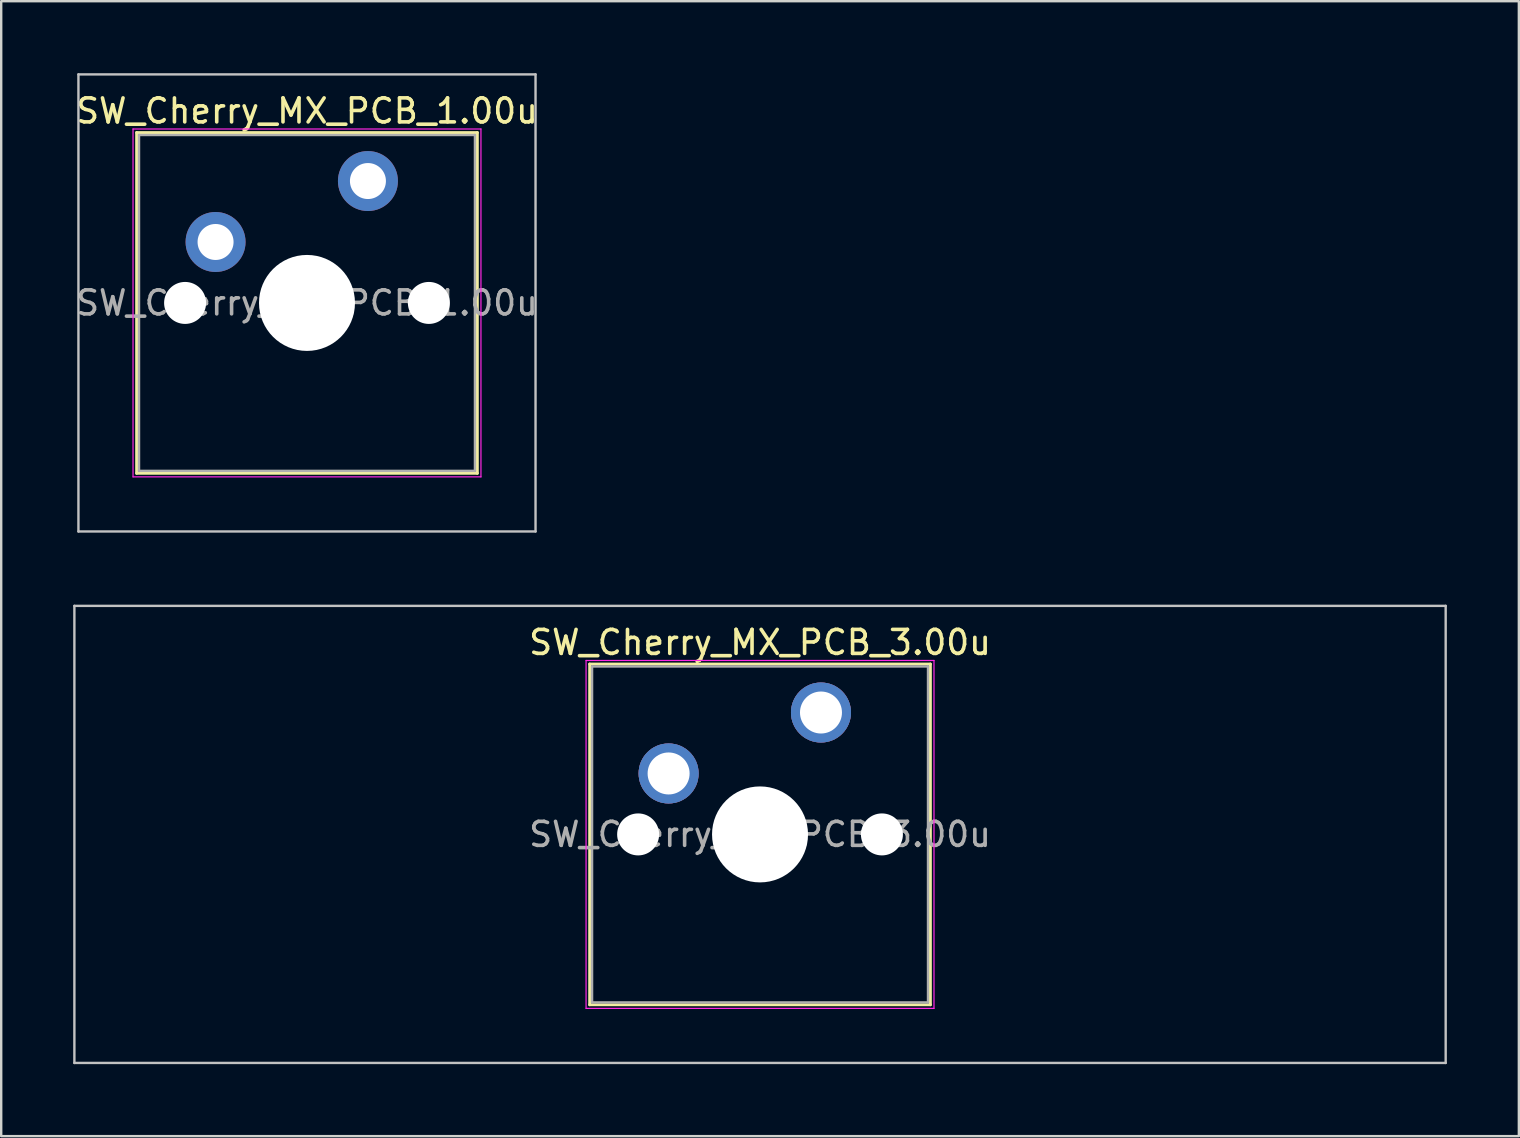
<source format=kicad_pcb>
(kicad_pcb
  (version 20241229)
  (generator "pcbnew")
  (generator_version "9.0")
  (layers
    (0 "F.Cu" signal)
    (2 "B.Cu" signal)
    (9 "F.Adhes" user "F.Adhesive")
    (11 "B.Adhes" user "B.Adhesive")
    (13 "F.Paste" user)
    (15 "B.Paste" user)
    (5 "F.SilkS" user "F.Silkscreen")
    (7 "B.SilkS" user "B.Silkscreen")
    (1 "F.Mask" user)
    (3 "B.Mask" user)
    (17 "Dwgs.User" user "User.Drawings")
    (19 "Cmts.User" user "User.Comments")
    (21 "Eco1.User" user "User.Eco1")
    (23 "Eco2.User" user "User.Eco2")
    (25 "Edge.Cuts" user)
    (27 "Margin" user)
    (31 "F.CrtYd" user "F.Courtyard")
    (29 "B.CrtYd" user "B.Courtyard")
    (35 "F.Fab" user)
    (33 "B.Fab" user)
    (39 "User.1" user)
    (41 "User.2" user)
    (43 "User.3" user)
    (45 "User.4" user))
  (footprint "SW_Cherry_MX_PCB_3.00u"
    (layer "F.Cu")
    (at 28.625 31.725)
    (property "Reference" "SW_Cherry_MX_PCB_3.00u" (at 0 -8 0) (layer "F.SilkS") (effects (font (size 1 1) (thickness 0.15))))
    (attr through_hole)
    (fp_line (start -7.1 -7.1) (end -7.1 7.1) (stroke (width 0.12) (type solid)) (layer "F.SilkS"))
    (fp_line (start -7.1 7.1) (end 7.1 7.1) (stroke (width 0.12) (type solid)) (layer "F.SilkS"))
    (fp_line (start 7.1 -7.1) (end -7.1 -7.1) (stroke (width 0.12) (type solid)) (layer "F.SilkS"))
    (fp_line (start 7.1 7.1) (end 7.1 -7.1) (stroke (width 0.12) (type solid)) (layer "F.SilkS"))
    (fp_line (start -28.575 -9.525) (end -28.575 9.525) (stroke (width 0.1) (type solid)) (layer "Dwgs.User"))
    (fp_line (start -28.575 9.525) (end 28.575 9.525) (stroke (width 0.1) (type solid)) (layer "Dwgs.User"))
    (fp_line (start 28.575 -9.525) (end -28.575 -9.525) (stroke (width 0.1) (type solid)) (layer "Dwgs.User"))
    (fp_line (start 28.575 9.525) (end 28.575 -9.525) (stroke (width 0.1) (type solid)) (layer "Dwgs.User"))
    (fp_line (start -7.25 -7.25) (end -7.25 7.25) (stroke (width 0.05) (type solid)) (layer "F.CrtYd"))
    (fp_line (start -7.25 7.25) (end 7.25 7.25) (stroke (width 0.05) (type solid)) (layer "F.CrtYd"))
    (fp_line (start 7.25 -7.25) (end -7.25 -7.25) (stroke (width 0.05) (type solid)) (layer "F.CrtYd"))
    (fp_line (start 7.25 7.25) (end 7.25 -7.25) (stroke (width 0.05) (type solid)) (layer "F.CrtYd"))
    (fp_line (start -7 -7) (end -7 7) (stroke (width 0.1) (type solid)) (layer "F.Fab"))
    (fp_line (start -7 7) (end 7 7) (stroke (width 0.1) (type solid)) (layer "F.Fab"))
    (fp_line (start 7 -7) (end -7 -7) (stroke (width 0.1) (type solid)) (layer "F.Fab"))
    (fp_line (start 7 7) (end 7 -7) (stroke (width 0.1) (type solid)) (layer "F.Fab"))
    (fp_text user "${REFERENCE}" (at 0 0 0) (layer "F.Fab") (effects (font (size 1 1) (thickness 0.15))))
    (pad "" np_thru_hole circle (at -5.08 0) (size 1.75 1.75) (drill 1.75) (layers "*.Cu" "*.Mask"))
    (pad "" np_thru_hole circle (at -3.81 -2.54) (size 2.5 2.5) (drill 1.75) (layers "*.Cu" "*.Mask"))
    (pad "" np_thru_hole circle (at 0 0) (size 4 4) (drill 4) (layers "*.Cu" "*.Mask"))
    (pad "" np_thru_hole circle (at 2.54 -5.08) (size 2.5 2.5) (drill 1.75) (layers "*.Cu" "*.Mask"))
    (pad "" np_thru_hole circle (at 5.08 0) (size 1.75 1.75) (drill 1.75) (layers "*.Cu" "*.Mask"))
    (pad "1" thru_hole circle (at -3.81 -2.54) (size 2.5 2.5) (drill 1.5) (layers "*.Cu" "B.Mask"))
    (pad "2" thru_hole circle (at 2.54 -5.08) (size 2.5 2.5) (drill 1.5) (layers "*.Cu" "B.Mask")))
  (footprint "SW_Cherry_MX_PCB_1.00u"
    (layer "F.Cu")
    (at 9.744 9.575)
    (property "Reference" "SW_Cherry_MX_PCB_1.00u" (at 0 -8 0) (layer "F.SilkS") (effects (font (size 1 1) (thickness 0.15))))
    (attr through_hole)
    (fp_line (start -7.1 -7.1) (end -7.1 7.1) (stroke (width 0.12) (type solid)) (layer "F.SilkS"))
    (fp_line (start -7.1 7.1) (end 7.1 7.1) (stroke (width 0.12) (type solid)) (layer "F.SilkS"))
    (fp_line (start 7.1 -7.1) (end -7.1 -7.1) (stroke (width 0.12) (type solid)) (layer "F.SilkS"))
    (fp_line (start 7.1 7.1) (end 7.1 -7.1) (stroke (width 0.12) (type solid)) (layer "F.SilkS"))
    (fp_line (start -9.525 -9.525) (end -9.525 9.525) (stroke (width 0.1) (type solid)) (layer "Dwgs.User"))
    (fp_line (start -9.525 9.525) (end 9.525 9.525) (stroke (width 0.1) (type solid)) (layer "Dwgs.User"))
    (fp_line (start 9.525 -9.525) (end -9.525 -9.525) (stroke (width 0.1) (type solid)) (layer "Dwgs.User"))
    (fp_line (start 9.525 9.525) (end 9.525 -9.525) (stroke (width 0.1) (type solid)) (layer "Dwgs.User"))
    (fp_line (start -7.25 -7.25) (end -7.25 7.25) (stroke (width 0.05) (type solid)) (layer "F.CrtYd"))
    (fp_line (start -7.25 7.25) (end 7.25 7.25) (stroke (width 0.05) (type solid)) (layer "F.CrtYd"))
    (fp_line (start 7.25 -7.25) (end -7.25 -7.25) (stroke (width 0.05) (type solid)) (layer "F.CrtYd"))
    (fp_line (start 7.25 7.25) (end 7.25 -7.25) (stroke (width 0.05) (type solid)) (layer "F.CrtYd"))
    (fp_line (start -7 -7) (end -7 7) (stroke (width 0.1) (type solid)) (layer "F.Fab"))
    (fp_line (start -7 7) (end 7 7) (stroke (width 0.1) (type solid)) (layer "F.Fab"))
    (fp_line (start 7 -7) (end -7 -7) (stroke (width 0.1) (type solid)) (layer "F.Fab"))
    (fp_line (start 7 7) (end 7 -7) (stroke (width 0.1) (type solid)) (layer "F.Fab"))
    (fp_text user "${REFERENCE}" (at 0 0 0) (layer "F.Fab") (effects (font (size 1 1) (thickness 0.15))))
    (pad "" np_thru_hole circle (at -5.08 0) (size 1.75 1.75) (drill 1.75) (layers "*.Cu" "*.Mask"))
    (pad "" np_thru_hole circle (at 0 0) (size 4 4) (drill 4) (layers "*.Cu" "*.Mask"))
    (pad "" np_thru_hole circle (at 5.08 0) (size 1.75 1.75) (drill 1.75) (layers "*.Cu" "*.Mask"))
    (pad "1" thru_hole circle (at -3.81 -2.54) (size 2.5 2.5) (drill 1.5) (layers "*.Cu" "B.Mask"))
    (pad "2" thru_hole circle (at 2.54 -5.08) (size 2.5 2.5) (drill 1.5) (layers "*.Cu" "B.Mask")))
  (gr_rect
    (start -3 -3)
    (end 60.25 44.3)
    (stroke (width 0.1) (type default))
    (fill no)
    (layer "Edge.Cuts")))
</source>
